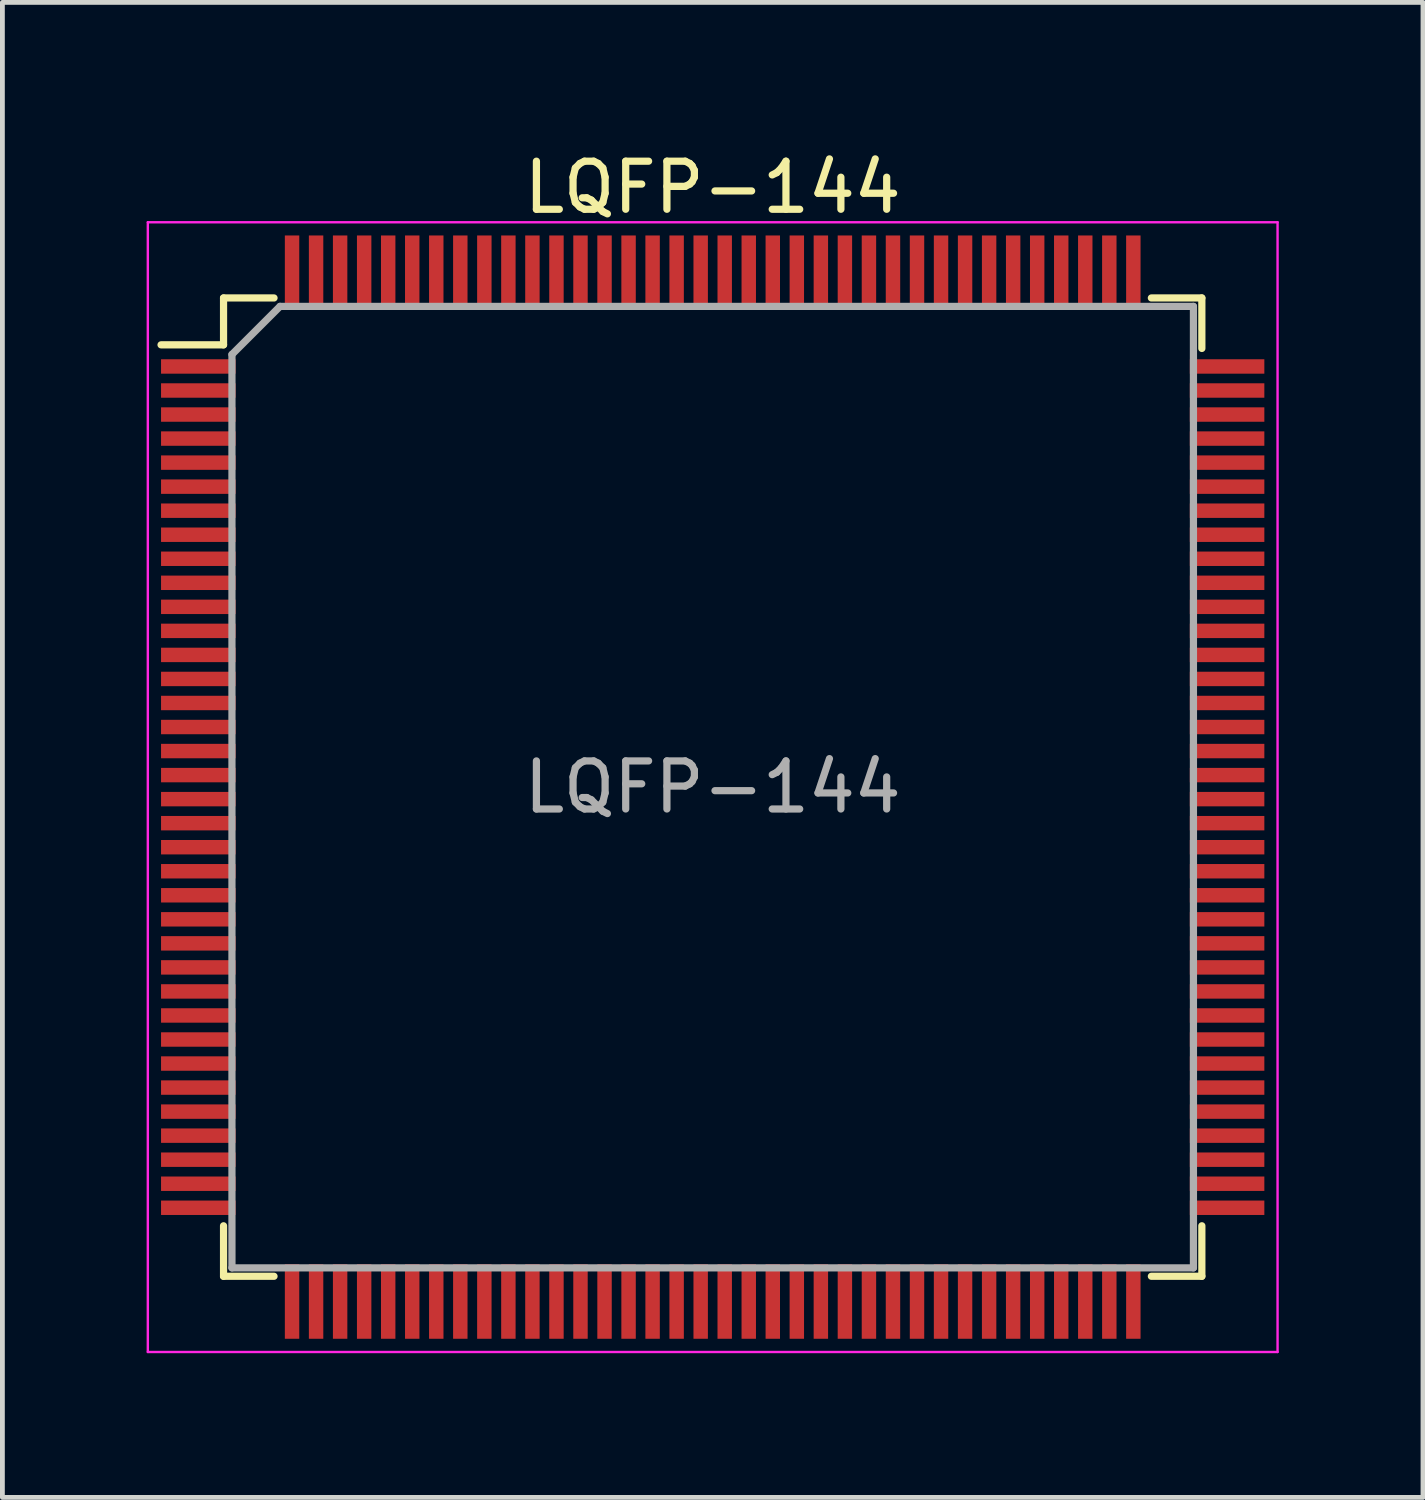
<source format=kicad_pcb>
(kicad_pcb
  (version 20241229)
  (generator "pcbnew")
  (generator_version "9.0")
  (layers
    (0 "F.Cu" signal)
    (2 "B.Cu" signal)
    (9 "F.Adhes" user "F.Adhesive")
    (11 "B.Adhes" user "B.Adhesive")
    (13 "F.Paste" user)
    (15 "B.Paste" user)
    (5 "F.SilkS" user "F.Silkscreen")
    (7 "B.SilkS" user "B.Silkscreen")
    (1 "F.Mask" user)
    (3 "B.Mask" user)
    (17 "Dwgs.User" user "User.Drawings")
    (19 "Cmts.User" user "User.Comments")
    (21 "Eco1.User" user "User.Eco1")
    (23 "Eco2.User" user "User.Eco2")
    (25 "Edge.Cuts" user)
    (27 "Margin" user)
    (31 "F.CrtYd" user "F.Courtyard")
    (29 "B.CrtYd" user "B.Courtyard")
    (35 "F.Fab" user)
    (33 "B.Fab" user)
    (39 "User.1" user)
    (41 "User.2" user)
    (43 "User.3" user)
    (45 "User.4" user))
  (footprint "LQFP-144"
    (layer "F.Cu")
    (at 11.775 13.323)
    (property "Reference" "LQFP-144" (at 0 -12.475 0) (layer "F.SilkS") (effects (font (size 1 1) (thickness 0.15))))
    (attr smd)
    (fp_line (start -10.175 -10.175) (end -10.175 -9.2) (stroke (width 0.15) (type solid)) (layer "F.SilkS"))
    (fp_line (start -10.175 -10.175) (end -9.125 -10.175) (stroke (width 0.15) (type solid)) (layer "F.SilkS"))
    (fp_line (start -10.175 -9.2) (end -11.475 -9.2) (stroke (width 0.15) (type solid)) (layer "F.SilkS"))
    (fp_line (start -10.175 10.175) (end -10.175 9.125) (stroke (width 0.15) (type solid)) (layer "F.SilkS"))
    (fp_line (start -10.175 10.175) (end -9.125 10.175) (stroke (width 0.15) (type solid)) (layer "F.SilkS"))
    (fp_line (start 10.175 -10.175) (end 9.125 -10.175) (stroke (width 0.15) (type solid)) (layer "F.SilkS"))
    (fp_line (start 10.175 -10.175) (end 10.175 -9.125) (stroke (width 0.15) (type solid)) (layer "F.SilkS"))
    (fp_line (start 10.175 10.175) (end 9.125 10.175) (stroke (width 0.15) (type solid)) (layer "F.SilkS"))
    (fp_line (start 10.175 10.175) (end 10.175 9.125) (stroke (width 0.15) (type solid)) (layer "F.SilkS"))
    (fp_line (start -11.75 -11.75) (end -11.75 11.75) (stroke (width 0.05) (type solid)) (layer "F.CrtYd"))
    (fp_line (start -11.75 -11.75) (end 11.75 -11.75) (stroke (width 0.05) (type solid)) (layer "F.CrtYd"))
    (fp_line (start -11.75 11.75) (end 11.75 11.75) (stroke (width 0.05) (type solid)) (layer "F.CrtYd"))
    (fp_line (start 11.75 -11.75) (end 11.75 11.75) (stroke (width 0.05) (type solid)) (layer "F.CrtYd"))
    (fp_line (start -10 -9) (end -9 -10) (stroke (width 0.15) (type solid)) (layer "F.Fab"))
    (fp_line (start -10 10) (end -10 -9) (stroke (width 0.15) (type solid)) (layer "F.Fab"))
    (fp_line (start -9 -10) (end 10 -10) (stroke (width 0.15) (type solid)) (layer "F.Fab"))
    (fp_line (start 10 -10) (end 10 10) (stroke (width 0.15) (type solid)) (layer "F.Fab"))
    (fp_line (start 10 10) (end -10 10) (stroke (width 0.15) (type solid)) (layer "F.Fab"))
    (fp_text user "${REFERENCE}" (at 0 0 0) (layer "F.Fab") (effects (font (size 1 1) (thickness 0.15))))
    (pad "1" smd rect (at -10.7 -8.75) (size 1.55 0.3) (layers "F.Cu" "F.Mask" "F.Paste"))
    (pad "2" smd rect (at -10.7 -8.25) (size 1.55 0.3) (layers "F.Cu" "F.Mask" "F.Paste"))
    (pad "3" smd rect (at -10.7 -7.75) (size 1.55 0.3) (layers "F.Cu" "F.Mask" "F.Paste"))
    (pad "4" smd rect (at -10.7 -7.25) (size 1.55 0.3) (layers "F.Cu" "F.Mask" "F.Paste"))
    (pad "5" smd rect (at -10.7 -6.75) (size 1.55 0.3) (layers "F.Cu" "F.Mask" "F.Paste"))
    (pad "6" smd rect (at -10.7 -6.25) (size 1.55 0.3) (layers "F.Cu" "F.Mask" "F.Paste"))
    (pad "7" smd rect (at -10.7 -5.75) (size 1.55 0.3) (layers "F.Cu" "F.Mask" "F.Paste"))
    (pad "8" smd rect (at -10.7 -5.25) (size 1.55 0.3) (layers "F.Cu" "F.Mask" "F.Paste"))
    (pad "9" smd rect (at -10.7 -4.75) (size 1.55 0.3) (layers "F.Cu" "F.Mask" "F.Paste"))
    (pad "10" smd rect (at -10.7 -4.25) (size 1.55 0.3) (layers "F.Cu" "F.Mask" "F.Paste"))
    (pad "11" smd rect (at -10.7 -3.75) (size 1.55 0.3) (layers "F.Cu" "F.Mask" "F.Paste"))
    (pad "12" smd rect (at -10.7 -3.25) (size 1.55 0.3) (layers "F.Cu" "F.Mask" "F.Paste"))
    (pad "13" smd rect (at -10.7 -2.75) (size 1.55 0.3) (layers "F.Cu" "F.Mask" "F.Paste"))
    (pad "14" smd rect (at -10.7 -2.25) (size 1.55 0.3) (layers "F.Cu" "F.Mask" "F.Paste"))
    (pad "15" smd rect (at -10.7 -1.75) (size 1.55 0.3) (layers "F.Cu" "F.Mask" "F.Paste"))
    (pad "16" smd rect (at -10.7 -1.25) (size 1.55 0.3) (layers "F.Cu" "F.Mask" "F.Paste"))
    (pad "17" smd rect (at -10.7 -0.75) (size 1.55 0.3) (layers "F.Cu" "F.Mask" "F.Paste"))
    (pad "18" smd rect (at -10.7 -0.25) (size 1.55 0.3) (layers "F.Cu" "F.Mask" "F.Paste"))
    (pad "19" smd rect (at -10.7 0.25) (size 1.55 0.3) (layers "F.Cu" "F.Mask" "F.Paste"))
    (pad "20" smd rect (at -10.7 0.75) (size 1.55 0.3) (layers "F.Cu" "F.Mask" "F.Paste"))
    (pad "21" smd rect (at -10.7 1.25) (size 1.55 0.3) (layers "F.Cu" "F.Mask" "F.Paste"))
    (pad "22" smd rect (at -10.7 1.75) (size 1.55 0.3) (layers "F.Cu" "F.Mask" "F.Paste"))
    (pad "23" smd rect (at -10.7 2.25) (size 1.55 0.3) (layers "F.Cu" "F.Mask" "F.Paste"))
    (pad "24" smd rect (at -10.7 2.75) (size 1.55 0.3) (layers "F.Cu" "F.Mask" "F.Paste"))
    (pad "25" smd rect (at -10.7 3.25) (size 1.55 0.3) (layers "F.Cu" "F.Mask" "F.Paste"))
    (pad "26" smd rect (at -10.7 3.75) (size 1.55 0.3) (layers "F.Cu" "F.Mask" "F.Paste"))
    (pad "27" smd rect (at -10.7 4.25) (size 1.55 0.3) (layers "F.Cu" "F.Mask" "F.Paste"))
    (pad "28" smd rect (at -10.7 4.75) (size 1.55 0.3) (layers "F.Cu" "F.Mask" "F.Paste"))
    (pad "29" smd rect (at -10.7 5.25) (size 1.55 0.3) (layers "F.Cu" "F.Mask" "F.Paste"))
    (pad "30" smd rect (at -10.7 5.75) (size 1.55 0.3) (layers "F.Cu" "F.Mask" "F.Paste"))
    (pad "31" smd rect (at -10.7 6.25) (size 1.55 0.3) (layers "F.Cu" "F.Mask" "F.Paste"))
    (pad "32" smd rect (at -10.7 6.75) (size 1.55 0.3) (layers "F.Cu" "F.Mask" "F.Paste"))
    (pad "33" smd rect (at -10.7 7.25) (size 1.55 0.3) (layers "F.Cu" "F.Mask" "F.Paste"))
    (pad "34" smd rect (at -10.7 7.75) (size 1.55 0.3) (layers "F.Cu" "F.Mask" "F.Paste"))
    (pad "35" smd rect (at -10.7 8.25) (size 1.55 0.3) (layers "F.Cu" "F.Mask" "F.Paste"))
    (pad "36" smd rect (at -10.7 8.75) (size 1.55 0.3) (layers "F.Cu" "F.Mask" "F.Paste"))
    (pad "37" smd rect (at -8.75 10.7 90) (size 1.55 0.3) (layers "F.Cu" "F.Mask" "F.Paste"))
    (pad "38" smd rect (at -8.25 10.7 90) (size 1.55 0.3) (layers "F.Cu" "F.Mask" "F.Paste"))
    (pad "39" smd rect (at -7.75 10.7 90) (size 1.55 0.3) (layers "F.Cu" "F.Mask" "F.Paste"))
    (pad "40" smd rect (at -7.25 10.7 90) (size 1.55 0.3) (layers "F.Cu" "F.Mask" "F.Paste"))
    (pad "41" smd rect (at -6.75 10.7 90) (size 1.55 0.3) (layers "F.Cu" "F.Mask" "F.Paste"))
    (pad "42" smd rect (at -6.25 10.7 90) (size 1.55 0.3) (layers "F.Cu" "F.Mask" "F.Paste"))
    (pad "43" smd rect (at -5.75 10.7 90) (size 1.55 0.3) (layers "F.Cu" "F.Mask" "F.Paste"))
    (pad "44" smd rect (at -5.25 10.7 90) (size 1.55 0.3) (layers "F.Cu" "F.Mask" "F.Paste"))
    (pad "45" smd rect (at -4.75 10.7 90) (size 1.55 0.3) (layers "F.Cu" "F.Mask" "F.Paste"))
    (pad "46" smd rect (at -4.25 10.7 90) (size 1.55 0.3) (layers "F.Cu" "F.Mask" "F.Paste"))
    (pad "47" smd rect (at -3.75 10.7 90) (size 1.55 0.3) (layers "F.Cu" "F.Mask" "F.Paste"))
    (pad "48" smd rect (at -3.25 10.7 90) (size 1.55 0.3) (layers "F.Cu" "F.Mask" "F.Paste"))
    (pad "49" smd rect (at -2.75 10.7 90) (size 1.55 0.3) (layers "F.Cu" "F.Mask" "F.Paste"))
    (pad "50" smd rect (at -2.25 10.7 90) (size 1.55 0.3) (layers "F.Cu" "F.Mask" "F.Paste"))
    (pad "51" smd rect (at -1.75 10.7 90) (size 1.55 0.3) (layers "F.Cu" "F.Mask" "F.Paste"))
    (pad "52" smd rect (at -1.25 10.7 90) (size 1.55 0.3) (layers "F.Cu" "F.Mask" "F.Paste"))
    (pad "53" smd rect (at -0.75 10.7 90) (size 1.55 0.3) (layers "F.Cu" "F.Mask" "F.Paste"))
    (pad "54" smd rect (at -0.25 10.7 90) (size 1.55 0.3) (layers "F.Cu" "F.Mask" "F.Paste"))
    (pad "55" smd rect (at 0.25 10.7 90) (size 1.55 0.3) (layers "F.Cu" "F.Mask" "F.Paste"))
    (pad "56" smd rect (at 0.75 10.7 90) (size 1.55 0.3) (layers "F.Cu" "F.Mask" "F.Paste"))
    (pad "57" smd rect (at 1.25 10.7 90) (size 1.55 0.3) (layers "F.Cu" "F.Mask" "F.Paste"))
    (pad "58" smd rect (at 1.75 10.7 90) (size 1.55 0.3) (layers "F.Cu" "F.Mask" "F.Paste"))
    (pad "59" smd rect (at 2.25 10.7 90) (size 1.55 0.3) (layers "F.Cu" "F.Mask" "F.Paste"))
    (pad "60" smd rect (at 2.75 10.7 90) (size 1.55 0.3) (layers "F.Cu" "F.Mask" "F.Paste"))
    (pad "61" smd rect (at 3.25 10.7 90) (size 1.55 0.3) (layers "F.Cu" "F.Mask" "F.Paste"))
    (pad "62" smd rect (at 3.75 10.7 90) (size 1.55 0.3) (layers "F.Cu" "F.Mask" "F.Paste"))
    (pad "63" smd rect (at 4.25 10.7 90) (size 1.55 0.3) (layers "F.Cu" "F.Mask" "F.Paste"))
    (pad "64" smd rect (at 4.75 10.7 90) (size 1.55 0.3) (layers "F.Cu" "F.Mask" "F.Paste"))
    (pad "65" smd rect (at 5.25 10.7 90) (size 1.55 0.3) (layers "F.Cu" "F.Mask" "F.Paste"))
    (pad "66" smd rect (at 5.75 10.7 90) (size 1.55 0.3) (layers "F.Cu" "F.Mask" "F.Paste"))
    (pad "67" smd rect (at 6.25 10.7 90) (size 1.55 0.3) (layers "F.Cu" "F.Mask" "F.Paste"))
    (pad "68" smd rect (at 6.75 10.7 90) (size 1.55 0.3) (layers "F.Cu" "F.Mask" "F.Paste"))
    (pad "69" smd rect (at 7.25 10.7 90) (size 1.55 0.3) (layers "F.Cu" "F.Mask" "F.Paste"))
    (pad "70" smd rect (at 7.75 10.7 90) (size 1.55 0.3) (layers "F.Cu" "F.Mask" "F.Paste"))
    (pad "71" smd rect (at 8.25 10.7 90) (size 1.55 0.3) (layers "F.Cu" "F.Mask" "F.Paste"))
    (pad "72" smd rect (at 8.75 10.7 90) (size 1.55 0.3) (layers "F.Cu" "F.Mask" "F.Paste"))
    (pad "73" smd rect (at 10.7 8.75) (size 1.55 0.3) (layers "F.Cu" "F.Mask" "F.Paste"))
    (pad "74" smd rect (at 10.7 8.25) (size 1.55 0.3) (layers "F.Cu" "F.Mask" "F.Paste"))
    (pad "75" smd rect (at 10.7 7.75) (size 1.55 0.3) (layers "F.Cu" "F.Mask" "F.Paste"))
    (pad "76" smd rect (at 10.7 7.25) (size 1.55 0.3) (layers "F.Cu" "F.Mask" "F.Paste"))
    (pad "77" smd rect (at 10.7 6.75) (size 1.55 0.3) (layers "F.Cu" "F.Mask" "F.Paste"))
    (pad "78" smd rect (at 10.7 6.25) (size 1.55 0.3) (layers "F.Cu" "F.Mask" "F.Paste"))
    (pad "79" smd rect (at 10.7 5.75) (size 1.55 0.3) (layers "F.Cu" "F.Mask" "F.Paste"))
    (pad "80" smd rect (at 10.7 5.25) (size 1.55 0.3) (layers "F.Cu" "F.Mask" "F.Paste"))
    (pad "81" smd rect (at 10.7 4.75) (size 1.55 0.3) (layers "F.Cu" "F.Mask" "F.Paste"))
    (pad "82" smd rect (at 10.7 4.25) (size 1.55 0.3) (layers "F.Cu" "F.Mask" "F.Paste"))
    (pad "83" smd rect (at 10.7 3.75) (size 1.55 0.3) (layers "F.Cu" "F.Mask" "F.Paste"))
    (pad "84" smd rect (at 10.7 3.25) (size 1.55 0.3) (layers "F.Cu" "F.Mask" "F.Paste"))
    (pad "85" smd rect (at 10.7 2.75) (size 1.55 0.3) (layers "F.Cu" "F.Mask" "F.Paste"))
    (pad "86" smd rect (at 10.7 2.25) (size 1.55 0.3) (layers "F.Cu" "F.Mask" "F.Paste"))
    (pad "87" smd rect (at 10.7 1.75) (size 1.55 0.3) (layers "F.Cu" "F.Mask" "F.Paste"))
    (pad "88" smd rect (at 10.7 1.25) (size 1.55 0.3) (layers "F.Cu" "F.Mask" "F.Paste"))
    (pad "89" smd rect (at 10.7 0.75) (size 1.55 0.3) (layers "F.Cu" "F.Mask" "F.Paste"))
    (pad "90" smd rect (at 10.7 0.25) (size 1.55 0.3) (layers "F.Cu" "F.Mask" "F.Paste"))
    (pad "91" smd rect (at 10.7 -0.25) (size 1.55 0.3) (layers "F.Cu" "F.Mask" "F.Paste"))
    (pad "92" smd rect (at 10.7 -0.75) (size 1.55 0.3) (layers "F.Cu" "F.Mask" "F.Paste"))
    (pad "93" smd rect (at 10.7 -1.25) (size 1.55 0.3) (layers "F.Cu" "F.Mask" "F.Paste"))
    (pad "94" smd rect (at 10.7 -1.75) (size 1.55 0.3) (layers "F.Cu" "F.Mask" "F.Paste"))
    (pad "95" smd rect (at 10.7 -2.25) (size 1.55 0.3) (layers "F.Cu" "F.Mask" "F.Paste"))
    (pad "96" smd rect (at 10.7 -2.75) (size 1.55 0.3) (layers "F.Cu" "F.Mask" "F.Paste"))
    (pad "97" smd rect (at 10.7 -3.25) (size 1.55 0.3) (layers "F.Cu" "F.Mask" "F.Paste"))
    (pad "98" smd rect (at 10.7 -3.75) (size 1.55 0.3) (layers "F.Cu" "F.Mask" "F.Paste"))
    (pad "99" smd rect (at 10.7 -4.25) (size 1.55 0.3) (layers "F.Cu" "F.Mask" "F.Paste"))
    (pad "100" smd rect (at 10.7 -4.75) (size 1.55 0.3) (layers "F.Cu" "F.Mask" "F.Paste"))
    (pad "101" smd rect (at 10.7 -5.25) (size 1.55 0.3) (layers "F.Cu" "F.Mask" "F.Paste"))
    (pad "102" smd rect (at 10.7 -5.75) (size 1.55 0.3) (layers "F.Cu" "F.Mask" "F.Paste"))
    (pad "103" smd rect (at 10.7 -6.25) (size 1.55 0.3) (layers "F.Cu" "F.Mask" "F.Paste"))
    (pad "104" smd rect (at 10.7 -6.75) (size 1.55 0.3) (layers "F.Cu" "F.Mask" "F.Paste"))
    (pad "105" smd rect (at 10.7 -7.25) (size 1.55 0.3) (layers "F.Cu" "F.Mask" "F.Paste"))
    (pad "106" smd rect (at 10.7 -7.75) (size 1.55 0.3) (layers "F.Cu" "F.Mask" "F.Paste"))
    (pad "107" smd rect (at 10.7 -8.25) (size 1.55 0.3) (layers "F.Cu" "F.Mask" "F.Paste"))
    (pad "108" smd rect (at 10.7 -8.75) (size 1.55 0.3) (layers "F.Cu" "F.Mask" "F.Paste"))
    (pad "109" smd rect (at 8.75 -10.7 90) (size 1.55 0.3) (layers "F.Cu" "F.Mask" "F.Paste"))
    (pad "110" smd rect (at 8.25 -10.7 90) (size 1.55 0.3) (layers "F.Cu" "F.Mask" "F.Paste"))
    (pad "111" smd rect (at 7.75 -10.7 90) (size 1.55 0.3) (layers "F.Cu" "F.Mask" "F.Paste"))
    (pad "112" smd rect (at 7.25 -10.7 90) (size 1.55 0.3) (layers "F.Cu" "F.Mask" "F.Paste"))
    (pad "113" smd rect (at 6.75 -10.7 90) (size 1.55 0.3) (layers "F.Cu" "F.Mask" "F.Paste"))
    (pad "114" smd rect (at 6.25 -10.7 90) (size 1.55 0.3) (layers "F.Cu" "F.Mask" "F.Paste"))
    (pad "115" smd rect (at 5.75 -10.7 90) (size 1.55 0.3) (layers "F.Cu" "F.Mask" "F.Paste"))
    (pad "116" smd rect (at 5.25 -10.7 90) (size 1.55 0.3) (layers "F.Cu" "F.Mask" "F.Paste"))
    (pad "117" smd rect (at 4.75 -10.7 90) (size 1.55 0.3) (layers "F.Cu" "F.Mask" "F.Paste"))
    (pad "118" smd rect (at 4.25 -10.7 90) (size 1.55 0.3) (layers "F.Cu" "F.Mask" "F.Paste"))
    (pad "119" smd rect (at 3.75 -10.7 90) (size 1.55 0.3) (layers "F.Cu" "F.Mask" "F.Paste"))
    (pad "120" smd rect (at 3.25 -10.7 90) (size 1.55 0.3) (layers "F.Cu" "F.Mask" "F.Paste"))
    (pad "121" smd rect (at 2.75 -10.7 90) (size 1.55 0.3) (layers "F.Cu" "F.Mask" "F.Paste"))
    (pad "122" smd rect (at 2.25 -10.7 90) (size 1.55 0.3) (layers "F.Cu" "F.Mask" "F.Paste"))
    (pad "123" smd rect (at 1.75 -10.7 90) (size 1.55 0.3) (layers "F.Cu" "F.Mask" "F.Paste"))
    (pad "124" smd rect (at 1.25 -10.7 90) (size 1.55 0.3) (layers "F.Cu" "F.Mask" "F.Paste"))
    (pad "125" smd rect (at 0.75 -10.7 90) (size 1.55 0.3) (layers "F.Cu" "F.Mask" "F.Paste"))
    (pad "126" smd rect (at 0.25 -10.7 90) (size 1.55 0.3) (layers "F.Cu" "F.Mask" "F.Paste"))
    (pad "127" smd rect (at -0.25 -10.7 90) (size 1.55 0.3) (layers "F.Cu" "F.Mask" "F.Paste"))
    (pad "128" smd rect (at -0.75 -10.7 90) (size 1.55 0.3) (layers "F.Cu" "F.Mask" "F.Paste"))
    (pad "129" smd rect (at -1.25 -10.7 90) (size 1.55 0.3) (layers "F.Cu" "F.Mask" "F.Paste"))
    (pad "130" smd rect (at -1.75 -10.7 90) (size 1.55 0.3) (layers "F.Cu" "F.Mask" "F.Paste"))
    (pad "131" smd rect (at -2.25 -10.7 90) (size 1.55 0.3) (layers "F.Cu" "F.Mask" "F.Paste"))
    (pad "132" smd rect (at -2.75 -10.7 90) (size 1.55 0.3) (layers "F.Cu" "F.Mask" "F.Paste"))
    (pad "133" smd rect (at -3.25 -10.7 90) (size 1.55 0.3) (layers "F.Cu" "F.Mask" "F.Paste"))
    (pad "134" smd rect (at -3.75 -10.7 90) (size 1.55 0.3) (layers "F.Cu" "F.Mask" "F.Paste"))
    (pad "135" smd rect (at -4.25 -10.7 90) (size 1.55 0.3) (layers "F.Cu" "F.Mask" "F.Paste"))
    (pad "136" smd rect (at -4.75 -10.7 90) (size 1.55 0.3) (layers "F.Cu" "F.Mask" "F.Paste"))
    (pad "137" smd rect (at -5.25 -10.7 90) (size 1.55 0.3) (layers "F.Cu" "F.Mask" "F.Paste"))
    (pad "138" smd rect (at -5.75 -10.7 90) (size 1.55 0.3) (layers "F.Cu" "F.Mask" "F.Paste"))
    (pad "139" smd rect (at -6.25 -10.7 90) (size 1.55 0.3) (layers "F.Cu" "F.Mask" "F.Paste"))
    (pad "140" smd rect (at -6.75 -10.7 90) (size 1.55 0.3) (layers "F.Cu" "F.Mask" "F.Paste"))
    (pad "141" smd rect (at -7.25 -10.7 90) (size 1.55 0.3) (layers "F.Cu" "F.Mask" "F.Paste"))
    (pad "142" smd rect (at -7.75 -10.7 90) (size 1.55 0.3) (layers "F.Cu" "F.Mask" "F.Paste"))
    (pad "143" smd rect (at -8.25 -10.7 90) (size 1.55 0.3) (layers "F.Cu" "F.Mask" "F.Paste"))
    (pad "144" smd rect (at -8.75 -10.7 90) (size 1.55 0.3) (layers "F.Cu" "F.Mask" "F.Paste")))
  (gr_rect
    (start -3 -3)
    (end 26.55 28.098)
    (stroke (width 0.1) (type default))
    (fill no)
    (layer "Edge.Cuts")))
</source>
